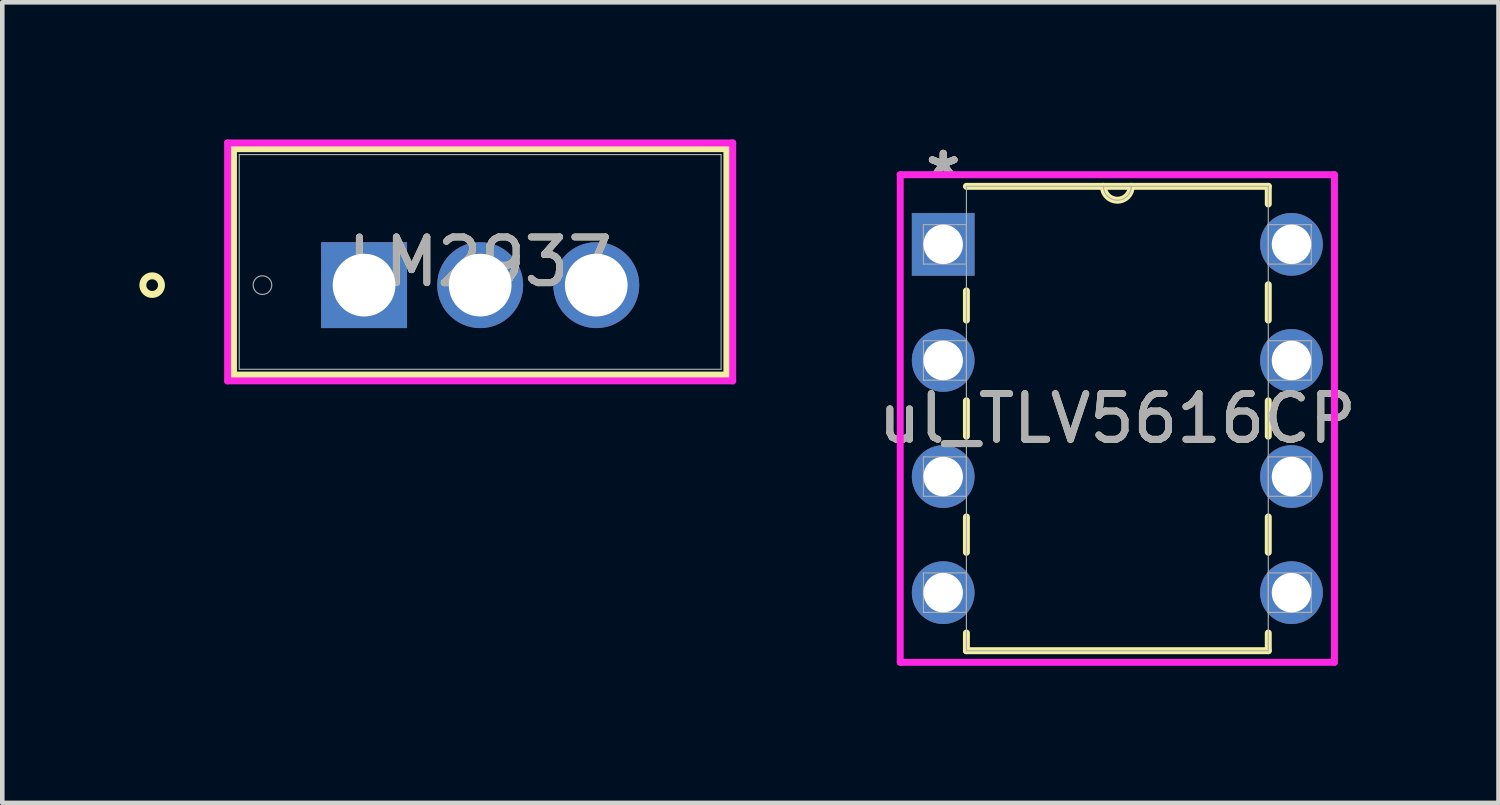
<source format=kicad_pcb>
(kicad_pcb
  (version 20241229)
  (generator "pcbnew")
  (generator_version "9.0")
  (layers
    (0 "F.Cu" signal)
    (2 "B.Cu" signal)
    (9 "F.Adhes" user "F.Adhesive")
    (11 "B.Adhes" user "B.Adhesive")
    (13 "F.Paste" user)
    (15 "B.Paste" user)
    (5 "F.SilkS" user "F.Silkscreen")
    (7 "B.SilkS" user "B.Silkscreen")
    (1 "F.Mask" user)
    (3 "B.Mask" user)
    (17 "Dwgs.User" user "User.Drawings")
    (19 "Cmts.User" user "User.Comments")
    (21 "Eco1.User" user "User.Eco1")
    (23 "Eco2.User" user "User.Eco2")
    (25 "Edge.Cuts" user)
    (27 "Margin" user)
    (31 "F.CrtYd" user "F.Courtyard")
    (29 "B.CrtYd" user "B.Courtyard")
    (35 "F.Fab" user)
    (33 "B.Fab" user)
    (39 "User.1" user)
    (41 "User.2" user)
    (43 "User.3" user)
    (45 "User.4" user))
  (footprint "ul_TLV5616CP"
    (layer "F.Cu")
    (at 25.205 9.916)
    (property "Reference" "ul_TLV5616CP" (at -3.81 -3.81 0) (unlocked yes) (layer "F.SilkS") (effects (font (size 1 1) (thickness 0.15))))
    (attr through_hole)
    (fp_line (start -7.112 -6.601) (end -7.112 -5.963) (stroke (width 0.152) (type solid)) (layer "F.SilkS"))
    (fp_line (start -7.112 -4.197) (end -7.112 -3.423) (stroke (width 0.152) (type solid)) (layer "F.SilkS"))
    (fp_line (start -7.112 -1.657) (end -7.112 -0.883) (stroke (width 0.152) (type solid)) (layer "F.SilkS"))
    (fp_line (start -7.112 0.883) (end -7.112 1.27) (stroke (width 0.152) (type solid)) (layer "F.SilkS"))
    (fp_line (start -7.112 1.27) (end -0.508 1.27) (stroke (width 0.152) (type solid)) (layer "F.SilkS"))
    (fp_line (start -0.508 -8.89) (end -7.112 -8.89) (stroke (width 0.152) (type solid)) (layer "F.SilkS"))
    (fp_line (start -0.508 -8.503) (end -0.508 -8.89) (stroke (width 0.152) (type solid)) (layer "F.SilkS"))
    (fp_line (start -0.508 -5.963) (end -0.508 -6.737) (stroke (width 0.152) (type solid)) (layer "F.SilkS"))
    (fp_line (start -0.508 -3.423) (end -0.508 -4.197) (stroke (width 0.152) (type solid)) (layer "F.SilkS"))
    (fp_line (start -0.508 -0.883) (end -0.508 -1.657) (stroke (width 0.152) (type solid)) (layer "F.SilkS"))
    (fp_line (start -0.508 1.27) (end -0.508 0.883) (stroke (width 0.152) (type solid)) (layer "F.SilkS"))
    (fp_arc (start -3.5052 -8.89) (mid -3.81 -8.5852) (end -4.1148 -8.89) (stroke (width 0.1524) (type solid)) (layer "F.SilkS"))
    (fp_line (start -8.56 -9.144) (end -8.56 1.524) (stroke (width 0.152) (type solid)) (layer "F.CrtYd"))
    (fp_line (start -8.56 1.524) (end 0.94 1.524) (stroke (width 0.152) (type solid)) (layer "F.CrtYd"))
    (fp_line (start 0.94 -9.144) (end -8.56 -9.144) (stroke (width 0.152) (type solid)) (layer "F.CrtYd"))
    (fp_line (start 0.94 1.524) (end 0.94 -9.144) (stroke (width 0.152) (type solid)) (layer "F.CrtYd"))
    (fp_line (start -8.052 -8.052) (end -8.052 -7.188) (stroke (width 0.025) (type solid)) (layer "F.Fab"))
    (fp_line (start -8.052 -7.188) (end -7.112 -7.188) (stroke (width 0.025) (type solid)) (layer "F.Fab"))
    (fp_line (start -8.052 -5.512) (end -8.052 -4.648) (stroke (width 0.025) (type solid)) (layer "F.Fab"))
    (fp_line (start -8.052 -4.648) (end -7.112 -4.648) (stroke (width 0.025) (type solid)) (layer "F.Fab"))
    (fp_line (start -8.052 -2.972) (end -8.052 -2.108) (stroke (width 0.025) (type solid)) (layer "F.Fab"))
    (fp_line (start -8.052 -2.108) (end -7.112 -2.108) (stroke (width 0.025) (type solid)) (layer "F.Fab"))
    (fp_line (start -8.052 -0.432) (end -8.052 0.432) (stroke (width 0.025) (type solid)) (layer "F.Fab"))
    (fp_line (start -8.052 0.432) (end -7.112 0.432) (stroke (width 0.025) (type solid)) (layer "F.Fab"))
    (fp_line (start -7.112 -8.89) (end -7.112 1.27) (stroke (width 0.025) (type solid)) (layer "F.Fab"))
    (fp_line (start -7.112 -8.052) (end -8.052 -8.052) (stroke (width 0.025) (type solid)) (layer "F.Fab"))
    (fp_line (start -7.112 -7.188) (end -7.112 -8.052) (stroke (width 0.025) (type solid)) (layer "F.Fab"))
    (fp_line (start -7.112 -5.512) (end -8.052 -5.512) (stroke (width 0.025) (type solid)) (layer "F.Fab"))
    (fp_line (start -7.112 -4.648) (end -7.112 -5.512) (stroke (width 0.025) (type solid)) (layer "F.Fab"))
    (fp_line (start -7.112 -2.972) (end -8.052 -2.972) (stroke (width 0.025) (type solid)) (layer "F.Fab"))
    (fp_line (start -7.112 -2.108) (end -7.112 -2.972) (stroke (width 0.025) (type solid)) (layer "F.Fab"))
    (fp_line (start -7.112 -0.432) (end -8.052 -0.432) (stroke (width 0.025) (type solid)) (layer "F.Fab"))
    (fp_line (start -7.112 0.432) (end -7.112 -0.432) (stroke (width 0.025) (type solid)) (layer "F.Fab"))
    (fp_line (start -7.112 1.27) (end -0.508 1.27) (stroke (width 0.025) (type solid)) (layer "F.Fab"))
    (fp_line (start -0.508 -8.89) (end -7.112 -8.89) (stroke (width 0.025) (type solid)) (layer "F.Fab"))
    (fp_line (start -0.508 -8.052) (end -0.508 -7.188) (stroke (width 0.025) (type solid)) (layer "F.Fab"))
    (fp_line (start -0.508 -7.188) (end 0.432 -7.188) (stroke (width 0.025) (type solid)) (layer "F.Fab"))
    (fp_line (start -0.508 -5.512) (end -0.508 -4.648) (stroke (width 0.025) (type solid)) (layer "F.Fab"))
    (fp_line (start -0.508 -4.648) (end 0.432 -4.648) (stroke (width 0.025) (type solid)) (layer "F.Fab"))
    (fp_line (start -0.508 -2.972) (end -0.508 -2.108) (stroke (width 0.025) (type solid)) (layer "F.Fab"))
    (fp_line (start -0.508 -2.108) (end 0.432 -2.108) (stroke (width 0.025) (type solid)) (layer "F.Fab"))
    (fp_line (start -0.508 -0.432) (end -0.508 0.432) (stroke (width 0.025) (type solid)) (layer "F.Fab"))
    (fp_line (start -0.508 0.432) (end 0.432 0.432) (stroke (width 0.025) (type solid)) (layer "F.Fab"))
    (fp_line (start -0.508 1.27) (end -0.508 -8.89) (stroke (width 0.025) (type solid)) (layer "F.Fab"))
    (fp_line (start 0.432 -8.052) (end -0.508 -8.052) (stroke (width 0.025) (type solid)) (layer "F.Fab"))
    (fp_line (start 0.432 -7.188) (end 0.432 -8.052) (stroke (width 0.025) (type solid)) (layer "F.Fab"))
    (fp_line (start 0.432 -5.512) (end -0.508 -5.512) (stroke (width 0.025) (type solid)) (layer "F.Fab"))
    (fp_line (start 0.432 -4.648) (end 0.432 -5.512) (stroke (width 0.025) (type solid)) (layer "F.Fab"))
    (fp_line (start 0.432 -2.972) (end -0.508 -2.972) (stroke (width 0.025) (type solid)) (layer "F.Fab"))
    (fp_line (start 0.432 -2.108) (end 0.432 -2.972) (stroke (width 0.025) (type solid)) (layer "F.Fab"))
    (fp_line (start 0.432 -0.432) (end -0.508 -0.432) (stroke (width 0.025) (type solid)) (layer "F.Fab"))
    (fp_line (start 0.432 0.432) (end 0.432 -0.432) (stroke (width 0.025) (type solid)) (layer "F.Fab"))
    (fp_arc (start -3.5052 -8.89) (mid -3.81 -8.5852) (end -4.1148 -8.89) (stroke (width 0.0254) (type solid)) (layer "F.Fab"))
    (fp_text user "*" (at -7.62 -9.068 0) (unlocked yes) (layer "F.SilkS") (effects (font (size 1 1) (thickness 0.15))))
    (fp_text user "*" (at -7.62 -9.068 0) (layer "F.SilkS") (effects (font (size 1 1) (thickness 0.15))))
    (fp_text user "${REFERENCE}" (at -3.81 -3.81 0) (unlocked yes) (layer "F.Fab") (effects (font (size 1 1) (thickness 0.15))))
    (fp_text user "*" (at -7.62 -9.068 0) (unlocked yes) (layer "F.Fab") (effects (font (size 1 1) (thickness 0.15))))
    (fp_text user "*" (at -7.62 -9.068 0) (layer "F.Fab") (effects (font (size 1 1) (thickness 0.15))))
    (pad "1" thru_hole rect (at -7.62 -7.62) (size 1.372 1.372) (drill 0.864) (layers "*.Cu" "*.Mask"))
    (pad "2" thru_hole circle (at -7.62 -5.08) (size 1.372 1.372) (drill 0.864) (layers "*.Cu" "*.Mask"))
    (pad "3" thru_hole circle (at -7.62 -2.54) (size 1.372 1.372) (drill 0.864) (layers "*.Cu" "*.Mask"))
    (pad "4" thru_hole circle (at -7.62 0) (size 1.372 1.372) (drill 0.864) (layers "*.Cu" "*.Mask"))
    (pad "5" thru_hole circle (at 0 0) (size 1.372 1.372) (drill 0.864) (layers "*.Cu" "*.Mask"))
    (pad "6" thru_hole circle (at 0 -2.54) (size 1.372 1.372) (drill 0.864) (layers "*.Cu" "*.Mask"))
    (pad "7" thru_hole circle (at 0 -5.08) (size 1.372 1.372) (drill 0.864) (layers "*.Cu" "*.Mask"))
    (pad "8" thru_hole circle (at 0 -7.62) (size 1.372 1.372) (drill 0.864) (layers "*.Cu" "*.Mask")))
  (footprint "LM2937"
    (layer "F.Cu")
    (at 4.915 3.188)
    (property "Reference" "LM2937" (at 2.54 -0.508 0) (unlocked yes) (layer "F.SilkS") (effects (font (size 1 1) (thickness 0.15))))
    (attr through_hole)
    (fp_line (start -2.857 -2.985) (end -2.857 1.968) (stroke (width 0.152) (type solid)) (layer "F.SilkS"))
    (fp_line (start -2.857 1.968) (end 7.938 1.968) (stroke (width 0.152) (type solid)) (layer "F.SilkS"))
    (fp_line (start 7.938 -2.985) (end -2.857 -2.985) (stroke (width 0.152) (type solid)) (layer "F.SilkS"))
    (fp_line (start 7.938 1.968) (end 7.938 -2.985) (stroke (width 0.152) (type solid)) (layer "F.SilkS"))
    (fp_circle (center -4.636 0) (end -4.432 0) (stroke (width 0.152) (type solid)) (fill no) (layer "F.SilkS"))
    (fp_line (start -2.985 -3.111) (end 8.065 -3.111) (stroke (width 0.152) (type solid)) (layer "F.CrtYd"))
    (fp_line (start -2.985 2.095) (end -2.985 -3.111) (stroke (width 0.152) (type solid)) (layer "F.CrtYd"))
    (fp_line (start 8.065 -3.111) (end 8.065 2.095) (stroke (width 0.152) (type solid)) (layer "F.CrtYd"))
    (fp_line (start 8.065 2.095) (end -2.985 2.095) (stroke (width 0.152) (type solid)) (layer "F.CrtYd"))
    (fp_line (start -2.731 -2.857) (end -2.731 1.841) (stroke (width 0.025) (type solid)) (layer "F.Fab"))
    (fp_line (start -2.731 1.841) (end 7.811 1.841) (stroke (width 0.025) (type solid)) (layer "F.Fab"))
    (fp_line (start -0.254 0) (end 0.254 0) (stroke (width 0.152) (type solid)) (layer "F.Fab"))
    (fp_line (start 0 0.254) (end 0 -0.254) (stroke (width 0.152) (type solid)) (layer "F.Fab"))
    (fp_line (start 7.811 -2.857) (end -2.731 -2.857) (stroke (width 0.025) (type solid)) (layer "F.Fab"))
    (fp_line (start 7.811 1.841) (end 7.811 -2.857) (stroke (width 0.025) (type solid)) (layer "F.Fab"))
    (fp_circle (center -2.223 0) (end -2.019 0) (stroke (width 0.025) (type solid)) (fill no) (layer "F.Fab"))
    (fp_text user "${REFERENCE}" (at 2.54 -0.508 0) (unlocked yes) (layer "F.Fab") (effects (font (size 1 1) (thickness 0.15))))
    (pad "1" thru_hole rect (at 0 0) (size 1.88 1.88) (drill 1.372) (layers "*.Cu" "*.Mask"))
    (pad "2" thru_hole circle (at 2.54 0) (size 1.88 1.88) (drill 1.372) (layers "*.Cu" "*.Mask"))
    (pad "3" thru_hole circle (at 5.08 0) (size 1.88 1.88) (drill 1.372) (layers "*.Cu" "*.Mask")))
  (gr_rect
    (start -3 -3)
    (end 29.734 14.516)
    (stroke (width 0.1) (type default))
    (fill no)
    (layer "Edge.Cuts")))
</source>
